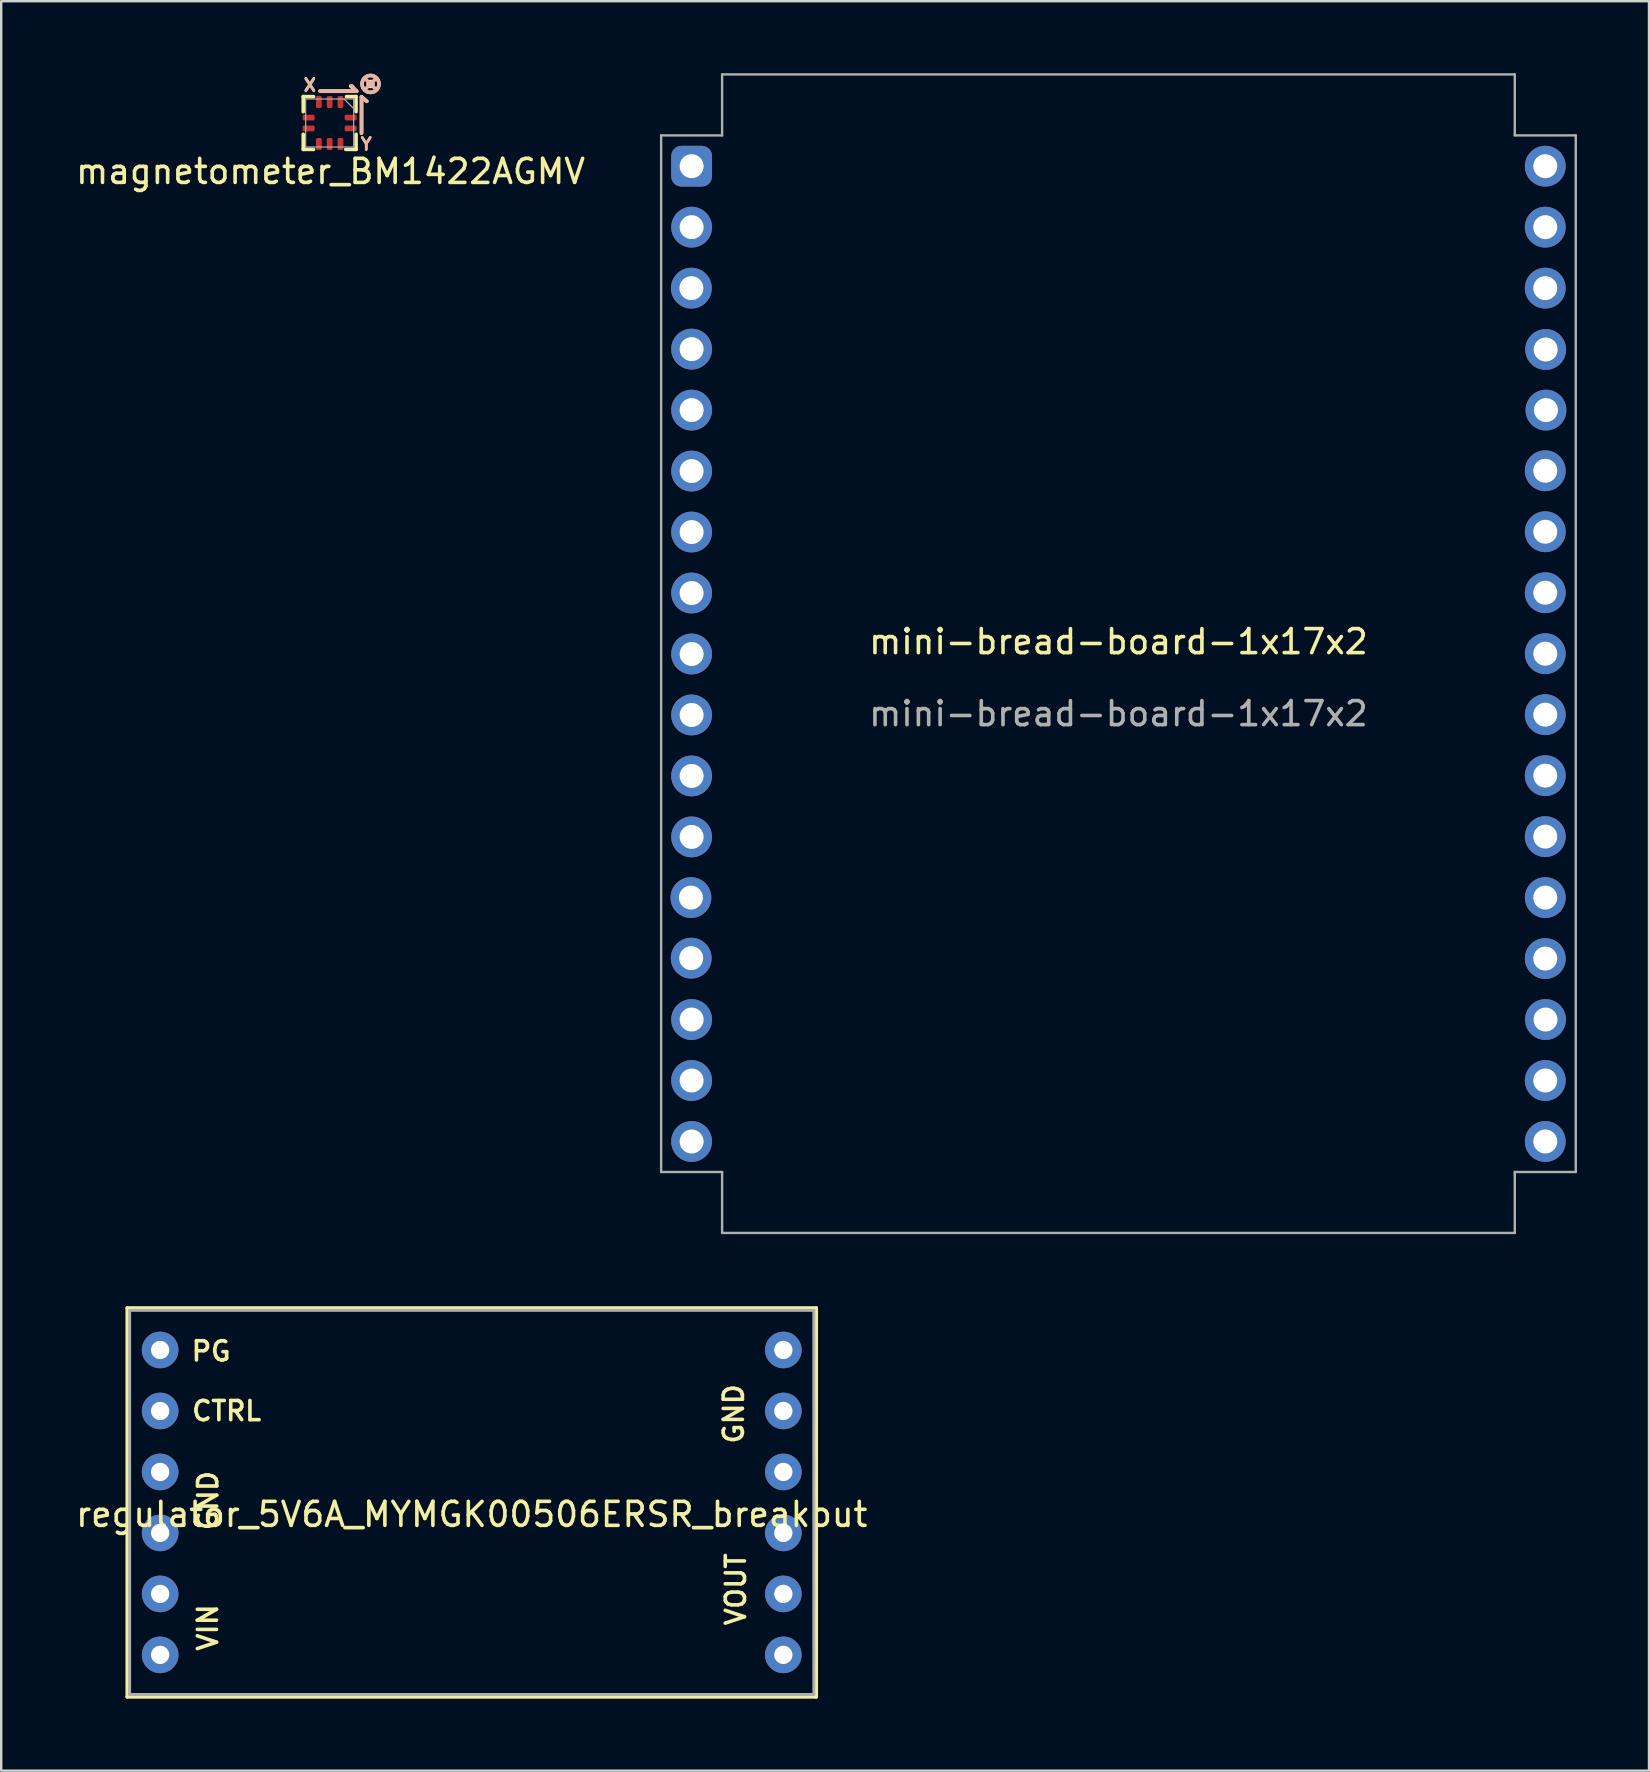
<source format=kicad_pcb>
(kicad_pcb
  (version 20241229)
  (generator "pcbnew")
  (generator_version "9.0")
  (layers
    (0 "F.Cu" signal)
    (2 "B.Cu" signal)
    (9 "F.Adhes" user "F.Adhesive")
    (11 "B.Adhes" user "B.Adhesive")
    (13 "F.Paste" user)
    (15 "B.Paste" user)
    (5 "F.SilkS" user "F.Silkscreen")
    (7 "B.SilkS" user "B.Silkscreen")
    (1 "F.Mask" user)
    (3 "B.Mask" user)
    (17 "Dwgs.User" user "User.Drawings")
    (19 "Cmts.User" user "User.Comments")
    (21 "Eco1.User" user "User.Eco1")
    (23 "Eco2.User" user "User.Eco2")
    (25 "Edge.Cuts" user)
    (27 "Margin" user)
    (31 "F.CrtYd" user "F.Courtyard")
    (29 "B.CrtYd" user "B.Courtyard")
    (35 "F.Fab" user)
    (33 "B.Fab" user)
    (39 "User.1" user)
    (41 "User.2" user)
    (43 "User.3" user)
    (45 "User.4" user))
  (footprint "mini-bread-board-1x17x2"
    (layer "F.Cu")
    (at 43.54 24.18)
    (property "Reference" "mini-bread-board-1x17x2" (at 0 -0.5 0) (unlocked yes) (layer "F.SilkS") (effects (font (size 1 1) (thickness 0.15))))
    (attr smd)
    (fp_line (start -19.05 -21.59) (end -19.05 21.59) (stroke (width 0.1) (type solid)) (layer "F.Fab"))
    (fp_line (start -19.05 21.59) (end -16.51 21.59) (stroke (width 0.1) (type solid)) (layer "F.Fab"))
    (fp_line (start -16.51 -24.13) (end -16.51 -21.59) (stroke (width 0.1) (type solid)) (layer "F.Fab"))
    (fp_line (start -16.51 -21.59) (end -19.05 -21.59) (stroke (width 0.1) (type solid)) (layer "F.Fab"))
    (fp_line (start -16.51 21.59) (end -16.51 24.13) (stroke (width 0.1) (type solid)) (layer "F.Fab"))
    (fp_line (start -16.51 24.13) (end 16.51 24.13) (stroke (width 0.1) (type solid)) (layer "F.Fab"))
    (fp_line (start 16.51 -24.13) (end -16.51 -24.13) (stroke (width 0.1) (type solid)) (layer "F.Fab"))
    (fp_line (start 16.51 -21.59) (end 16.51 -24.13) (stroke (width 0.1) (type solid)) (layer "F.Fab"))
    (fp_line (start 16.51 21.59) (end 19.05 21.59) (stroke (width 0.1) (type solid)) (layer "F.Fab"))
    (fp_line (start 16.51 24.13) (end 16.51 21.59) (stroke (width 0.1) (type solid)) (layer "F.Fab"))
    (fp_line (start 19.05 -21.59) (end 16.51 -21.59) (stroke (width 0.1) (type solid)) (layer "F.Fab"))
    (fp_line (start 19.05 21.59) (end 19.05 -21.59) (stroke (width 0.1) (type solid)) (layer "F.Fab"))
    (fp_text user "${REFERENCE}" (at 0 2.5 0) (unlocked yes) (layer "F.Fab") (effects (font (size 1 1) (thickness 0.15))))
    (pad "1" thru_hole roundrect (at -17.78 -20.307 90) (size 1.7 1.7) (drill 1) (layers "*.Cu" "*.Mask") (roundrect_rratio 0.25))
    (pad "2" thru_hole circle (at -17.78 -17.767) (size 1.7 1.7) (drill 1) (layers "*.Cu" "*.Mask"))
    (pad "3" thru_hole circle (at -17.79 -15.227) (size 1.7 1.7) (drill 1) (layers "*.Cu" "*.Mask"))
    (pad "4" thru_hole circle (at -17.78 -12.687) (size 1.7 1.7) (drill 1) (layers "*.Cu" "*.Mask"))
    (pad "5" thru_hole circle (at -17.78 -10.147) (size 1.7 1.7) (drill 1) (layers "*.Cu" "*.Mask"))
    (pad "6" thru_hole circle (at -17.78 -7.607) (size 1.7 1.7) (drill 1) (layers "*.Cu" "*.Mask"))
    (pad "7" thru_hole circle (at -17.78 -5.067) (size 1.7 1.7) (drill 1) (layers "*.Cu" "*.Mask"))
    (pad "8" thru_hole circle (at -17.78 -2.527) (size 1.7 1.7) (drill 1) (layers "*.Cu" "*.Mask"))
    (pad "9" thru_hole circle (at -17.78 0.013) (size 1.7 1.7) (drill 1) (layers "*.Cu" "*.Mask"))
    (pad "10" thru_hole circle (at -17.78 2.553) (size 1.7 1.7) (drill 1) (layers "*.Cu" "*.Mask"))
    (pad "11" thru_hole circle (at -17.78 5.093) (size 1.7 1.7) (drill 1) (layers "*.Cu" "*.Mask"))
    (pad "12" thru_hole circle (at -17.78 7.633) (size 1.7 1.7) (drill 1) (layers "*.Cu" "*.Mask"))
    (pad "13" thru_hole circle (at -17.809 10.16) (size 1.7 1.7) (drill 1) (layers "*.Cu" "*.Mask"))
    (pad "14" thru_hole circle (at -17.797 12.683) (size 1.7 1.7) (drill 1) (layers "*.Cu" "*.Mask"))
    (pad "15" thru_hole circle (at -17.78 15.24) (size 1.7 1.7) (drill 1) (layers "*.Cu" "*.Mask"))
    (pad "16" thru_hole circle (at -17.78 17.78) (size 1.7 1.7) (drill 1) (layers "*.Cu" "*.Mask"))
    (pad "17" thru_hole circle (at -17.78 20.32) (size 1.7 1.7) (drill 1) (layers "*.Cu" "*.Mask"))
    (pad "18" thru_hole circle (at 17.78 20.32 180) (size 1.7 1.7) (drill 1) (layers "*.Cu" "*.Mask"))
    (pad "19" thru_hole circle (at 17.78 17.78 180) (size 1.7 1.7) (drill 1) (layers "*.Cu" "*.Mask"))
    (pad "20" thru_hole circle (at 17.79 15.24 180) (size 1.7 1.7) (drill 1) (layers "*.Cu" "*.Mask"))
    (pad "21" thru_hole circle (at 17.78 12.7 180) (size 1.7 1.7) (drill 1) (layers "*.Cu" "*.Mask"))
    (pad "22" thru_hole circle (at 17.78 10.16 180) (size 1.7 1.7) (drill 1) (layers "*.Cu" "*.Mask"))
    (pad "23" thru_hole circle (at 17.78 7.62 180) (size 1.7 1.7) (drill 1) (layers "*.Cu" "*.Mask"))
    (pad "24" thru_hole circle (at 17.78 5.08 180) (size 1.7 1.7) (drill 1) (layers "*.Cu" "*.Mask"))
    (pad "25" thru_hole circle (at 17.78 2.54 180) (size 1.7 1.7) (drill 1) (layers "*.Cu" "*.Mask"))
    (pad "26" thru_hole circle (at 17.78 0 180) (size 1.7 1.7) (drill 1) (layers "*.Cu" "*.Mask"))
    (pad "27" thru_hole circle (at 17.78 -2.54 180) (size 1.7 1.7) (drill 1) (layers "*.Cu" "*.Mask"))
    (pad "28" thru_hole circle (at 17.78 -5.08 180) (size 1.7 1.7) (drill 1) (layers "*.Cu" "*.Mask"))
    (pad "29" thru_hole circle (at 17.78 -7.62 180) (size 1.7 1.7) (drill 1) (layers "*.Cu" "*.Mask"))
    (pad "30" thru_hole circle (at 17.809 -10.147 180) (size 1.7 1.7) (drill 1) (layers "*.Cu" "*.Mask"))
    (pad "31" thru_hole circle (at 17.797 -12.67 180) (size 1.7 1.7) (drill 1) (layers "*.Cu" "*.Mask"))
    (pad "32" thru_hole circle (at 17.78 -15.227 180) (size 1.7 1.7) (drill 1) (layers "*.Cu" "*.Mask"))
    (pad "33" thru_hole circle (at 17.78 -17.767 180) (size 1.7 1.7) (drill 1) (layers "*.Cu" "*.Mask"))
    (pad "34" thru_hole circle (at 17.78 -20.307 180) (size 1.7 1.7) (drill 1) (layers "*.Cu" "*.Mask")))
  (footprint "magnetometer_BM1422AGMV"
    (layer "F.Cu")
    (at 10.682 2.073)
    (property "Reference" "magnetometer_BM1422AGMV" (at 0.038 2.019 0) (layer "F.SilkS") (effects (font (size 1 1) (thickness 0.15))))
    (attr through_hole)
    (fp_line (start -1.1 -0.47) (end -1.1 -1.1) (stroke (width 0.15) (type solid)) (layer "F.SilkS"))
    (fp_line (start -1.1 1.1) (end -1.1 0.47) (stroke (width 0.15) (type solid)) (layer "F.SilkS"))
    (fp_line (start -0.67 -1.1) (end -1.1 -1.1) (stroke (width 0.15) (type solid)) (layer "F.SilkS"))
    (fp_line (start -0.67 1.1) (end -1.1 1.1) (stroke (width 0.15) (type solid)) (layer "F.SilkS"))
    (fp_line (start -0.406 -1.333) (end 1.105 -1.333) (stroke (width 0.15) (type solid)) (layer "F.SilkS"))
    (fp_line (start 1.1 -1.1) (end 0.7 -1.1) (stroke (width 0.15) (type solid)) (layer "F.SilkS"))
    (fp_line (start 1.1 -0.47) (end 1.1 -1.1) (stroke (width 0.15) (type solid)) (layer "F.SilkS"))
    (fp_line (start 1.1 1.1) (end 0.67 1.1) (stroke (width 0.15) (type solid)) (layer "F.SilkS"))
    (fp_line (start 1.1 1.1) (end 1.1 0.47) (stroke (width 0.15) (type solid)) (layer "F.SilkS"))
    (fp_line (start 1.105 -1.333) (end 0.876 -1.537) (stroke (width 0.15) (type solid)) (layer "F.SilkS"))
    (fp_line (start 1.333 -1.092) (end 1.549 -0.902) (stroke (width 0.15) (type solid)) (layer "F.SilkS"))
    (fp_line (start 1.333 0.419) (end 1.333 -1.092) (stroke (width 0.15) (type solid)) (layer "F.SilkS"))
    (fp_circle (center 1.702 -1.626) (end 1.727 -1.613) (stroke (width 0.15) (type solid)) (fill no) (layer "F.SilkS"))
    (fp_circle (center 1.702 -1.626) (end 1.854 -1.308) (stroke (width 0.15) (type solid)) (fill no) (layer "F.SilkS"))
    (fp_line (start -0.381 -1.321) (end 1.13 -1.321) (stroke (width 0.15) (type solid)) (layer "B.SilkS"))
    (fp_line (start 0.927 -1.549) (end 1.13 -1.321) (stroke (width 0.15) (type solid)) (layer "B.SilkS"))
    (fp_line (start 1.321 -1.079) (end 1.549 -0.902) (stroke (width 0.15) (type solid)) (layer "B.SilkS"))
    (fp_line (start 1.321 0.432) (end 1.321 -1.079) (stroke (width 0.15) (type solid)) (layer "B.SilkS"))
    (fp_line (start 1.473 -1.854) (end 1.918 -1.41) (stroke (width 0.15) (type solid)) (layer "B.SilkS"))
    (fp_line (start 1.511 -1.435) (end 1.905 -1.829) (stroke (width 0.15) (type solid)) (layer "B.SilkS"))
    (fp_circle (center 1.702 -1.626) (end 2.054 -1.626) (stroke (width 0.15) (type solid)) (fill no) (layer "B.SilkS"))
    (fp_line (start -1 -1) (end -1 1) (stroke (width 0.05) (type solid)) (layer "F.Fab"))
    (fp_line (start -1 1) (end 1 1) (stroke (width 0.05) (type solid)) (layer "F.Fab"))
    (fp_line (start 0.6 -1) (end 1 -0.6) (stroke (width 0.05) (type solid)) (layer "F.Fab"))
    (fp_line (start 1 -1) (end -1 -1) (stroke (width 0.05) (type solid)) (layer "F.Fab"))
    (fp_line (start 1 1) (end 1 -1) (stroke (width 0.05) (type solid)) (layer "F.Fab"))
    (fp_text user "Y" (at 1.524 0.876 0) (layer "F.SilkS") (effects (font (size 0.5 0.5) (thickness 0.11))))
    (fp_text user "X" (at -0.826 -1.587 0) (layer "F.SilkS") (effects (font (size 0.5 0.5) (thickness 0.11))))
    (fp_text user "X" (at -0.826 -1.562 0) (layer "B.SilkS") (effects (font (size 0.5 0.5) (thickness 0.11)) (justify mirror)))
    (fp_text user "Y" (at 1.524 0.876 180) (layer "B.SilkS") (effects (font (size 0.5 0.5) (thickness 0.11)) (justify mirror)))
    (pad "1" smd roundrect (at 0.45 -0.875) (size 0.24 0.5) (layers "F.Cu" "F.Mask" "F.Paste") (roundrect_rratio 0.25))
    (pad "2" smd roundrect (at 0 -0.875) (size 0.24 0.5) (layers "F.Cu" "F.Mask" "F.Paste") (roundrect_rratio 0.25))
    (pad "3" smd roundrect (at -0.45 -0.875) (size 0.24 0.5) (layers "F.Cu" "F.Mask" "F.Paste") (roundrect_rratio 0.25))
    (pad "4" smd roundrect (at -0.875 -0.225 90) (size 0.24 0.5) (layers "F.Cu" "F.Mask" "F.Paste") (roundrect_rratio 0.25))
    (pad "5" smd roundrect (at -0.875 0.225 90) (size 0.24 0.5) (layers "F.Cu" "F.Mask" "F.Paste") (roundrect_rratio 0.25))
    (pad "6" smd roundrect (at -0.45 0.875) (size 0.24 0.5) (layers "F.Cu" "F.Mask" "F.Paste") (roundrect_rratio 0.25))
    (pad "7" smd roundrect (at 0 0.875) (size 0.24 0.5) (layers "F.Cu" "F.Mask" "F.Paste") (roundrect_rratio 0.25))
    (pad "8" smd roundrect (at 0.45 0.875) (size 0.24 0.5) (layers "F.Cu" "F.Mask" "F.Paste") (roundrect_rratio 0.25))
    (pad "9" smd roundrect (at 0.875 0.225 90) (size 0.24 0.5) (layers "F.Cu" "F.Mask" "F.Paste") (roundrect_rratio 0.25))
    (pad "10" smd roundrect (at 0.875 -0.225 90) (size 0.24 0.5) (layers "F.Cu" "F.Mask" "F.Paste") (roundrect_rratio 0.25)))
  (footprint "regulator_5V6A_MYMGK00506ERSR_breakout"
    (layer "F.Cu")
    (at 16.601 59.535)
    (property "Reference" "regulator_5V6A_MYMGK00506ERSR_breakout" (at 0 0.5 0) (layer "F.SilkS") (effects (font (size 1 1) (thickness 0.15))))
    (attr through_hole)
    (fp_line (start -14.35 -8.1) (end -14.35 8.1) (stroke (width 0.15) (type solid)) (layer "F.SilkS"))
    (fp_line (start -14.35 8.1) (end 14.35 8.1) (stroke (width 0.15) (type solid)) (layer "F.SilkS"))
    (fp_line (start 14.35 -8.1) (end -14.35 -8.1) (stroke (width 0.15) (type solid)) (layer "F.SilkS"))
    (fp_line (start 14.35 8.1) (end 14.35 -8.1) (stroke (width 0.15) (type solid)) (layer "F.SilkS"))
    (fp_line (start -14.25 -8) (end -14.25 8) (stroke (width 0.12) (type solid)) (layer "F.Fab"))
    (fp_line (start -14.25 8) (end 14.25 8) (stroke (width 0.12) (type solid)) (layer "F.Fab"))
    (fp_line (start 14.25 -8) (end -14.25 -8) (stroke (width 0.12) (type solid)) (layer "F.Fab"))
    (fp_line (start 14.25 8) (end 14.25 -8) (stroke (width 0.12) (type solid)) (layer "F.Fab"))
    (fp_text user "VIN" (at -10.994 5.212 90) (layer "F.SilkS") (effects (font (size 0.8 0.8) (thickness 0.15))))
    (fp_text user "GND" (at -10.986 -0.076 90) (layer "F.SilkS") (effects (font (size 0.8 0.8) (thickness 0.15))))
    (fp_text user "VOUT" (at 10.998 3.619 90) (layer "F.SilkS") (effects (font (size 0.8 0.8) (thickness 0.15))))
    (fp_text user "PG" (at -10.858 -6.299 0) (layer "F.SilkS") (effects (font (size 0.8 0.8) (thickness 0.15))))
    (fp_text user "CTRL" (at -10.211 -3.81 0) (layer "F.SilkS") (effects (font (size 0.8 0.8) (thickness 0.15))))
    (fp_text user "GND" (at 10.912 -3.688 90) (layer "F.SilkS") (effects (font (size 0.8 0.8) (thickness 0.15))))
    (pad "1" thru_hole circle (at -12.98 -6.35) (size 1.524 1.524) (drill 0.762) (layers "*.Cu" "*.Mask"))
    (pad "2" thru_hole circle (at -12.98 -3.81) (size 1.524 1.524) (drill 0.762) (layers "*.Cu" "*.Mask"))
    (pad "3" thru_hole circle (at -12.98 -1.27) (size 1.524 1.524) (drill 0.762) (layers "*.Cu" "*.Mask"))
    (pad "3" thru_hole circle (at -12.98 1.27) (size 1.524 1.524) (drill 0.762) (layers "*.Cu" "*.Mask"))
    (pad "4" thru_hole circle (at -12.98 3.81) (size 1.524 1.524) (drill 0.762) (layers "*.Cu" "*.Mask"))
    (pad "4" thru_hole circle (at -12.98 6.35) (size 1.524 1.524) (drill 0.762) (layers "*.Cu" "*.Mask"))
    (pad "5" thru_hole circle (at 12.98 1.27) (size 1.524 1.524) (drill 0.762) (layers "*.Cu" "*.Mask"))
    (pad "5" thru_hole circle (at 12.98 3.81) (size 1.524 1.524) (drill 0.762) (layers "*.Cu" "*.Mask"))
    (pad "5" thru_hole circle (at 12.98 6.35) (size 1.524 1.524) (drill 0.762) (layers "*.Cu" "*.Mask"))
    (pad "6" thru_hole circle (at 12.98 -6.35) (size 1.524 1.524) (drill 0.762) (layers "*.Cu" "*.Mask"))
    (pad "6" thru_hole circle (at 12.98 -3.81) (size 1.524 1.524) (drill 0.762) (layers "*.Cu" "*.Mask"))
    (pad "6" thru_hole circle (at 12.98 -1.27) (size 1.524 1.524) (drill 0.762) (layers "*.Cu" "*.Mask")))
  (gr_rect
    (start -3 -3)
    (end 65.64 70.71)
    (stroke (width 0.1) (type default))
    (fill no)
    (layer "Edge.Cuts")))
</source>
